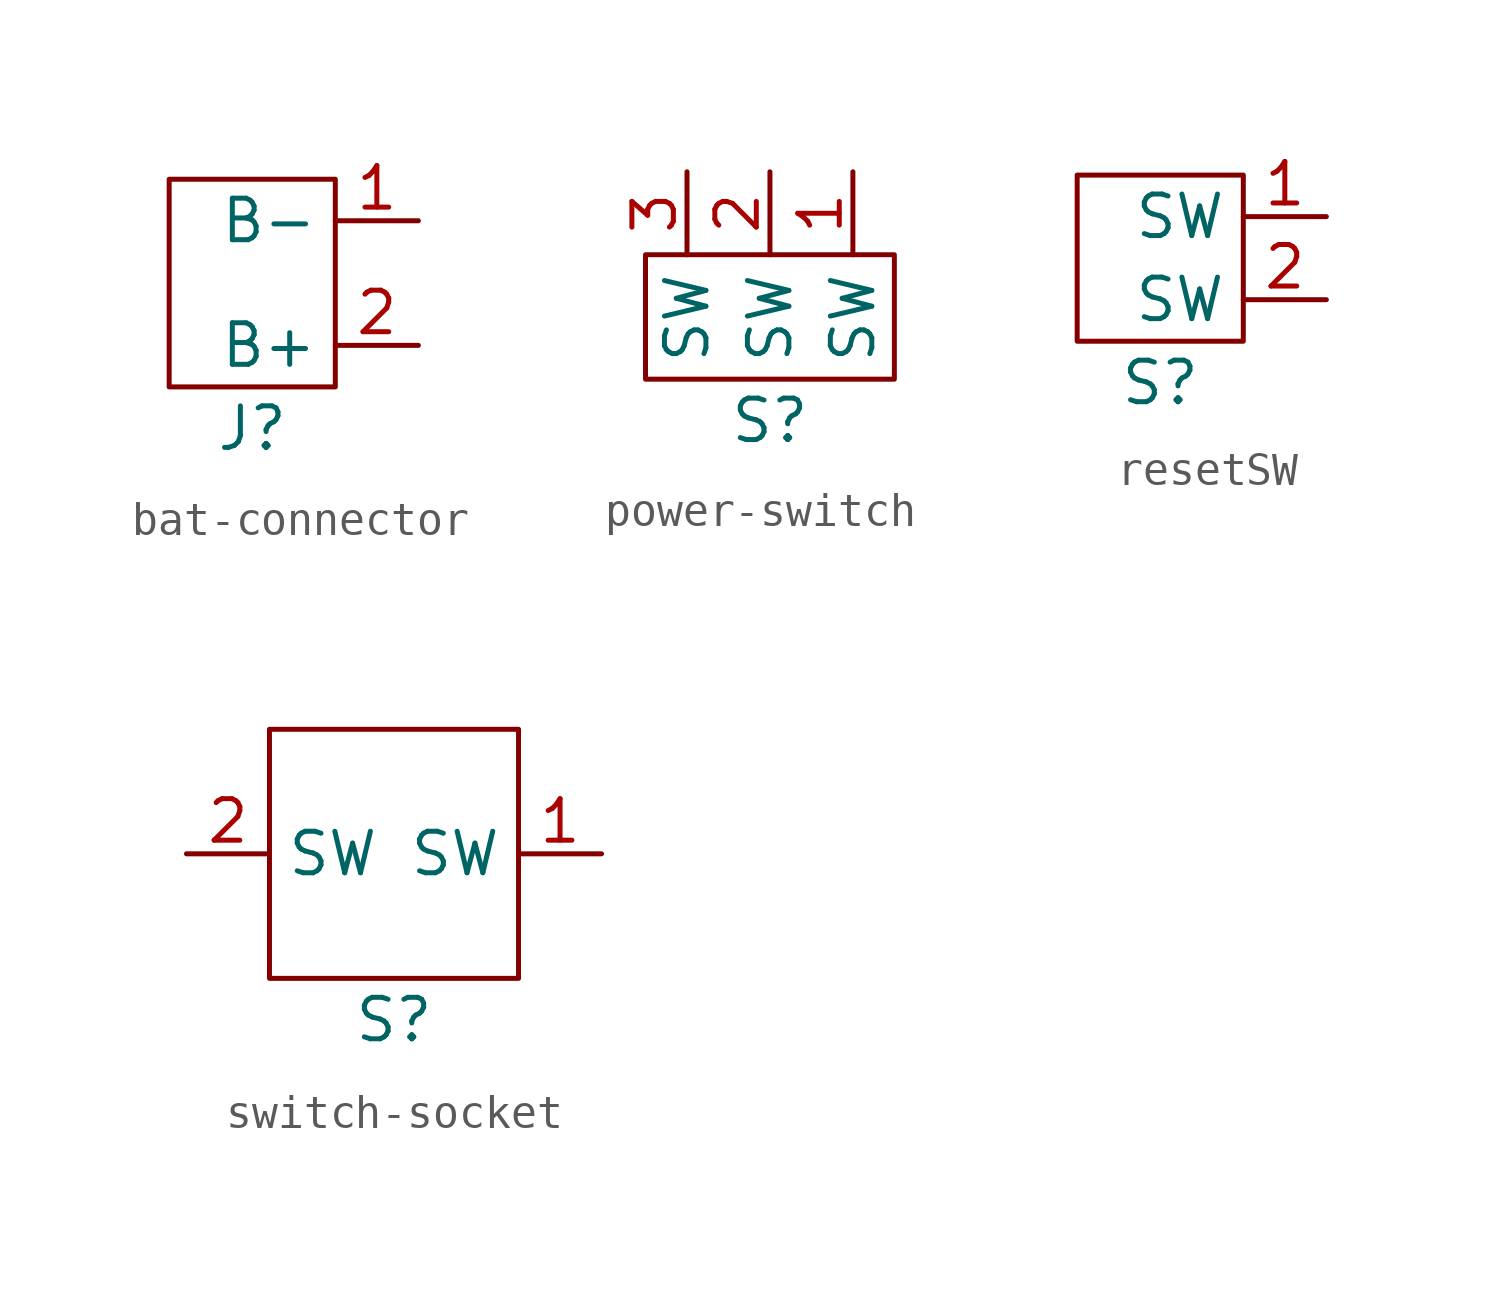
<source format=kicad_sym>
(kicad_symbol_lib
  (version 20231120)
  (generator "kicad_symbol_editor")
  (generator_version "8.0")
  (symbol "bat-connector"
    (property "Reference" "J"
      (at 0 0 0)
      (effects (font (size 1.27 1.27))))
    (property "Value" ""
      (at 0 0 0)
      (effects (font (size 1.27 1.27))))
    (symbol "bat-connector_0_1"
      (rectangle (start -2.54 7.62) (end 2.54 1.27) (stroke (width 0) (type default)) (fill (type none))))
    (symbol "bat-connector_1_1"
      (pin bidirectional line (at 5.08 6.35 180) (length 2.54) (name "B-" (effects (font (size 1.27 1.27)))) (number "1" (effects (font (size 1.27 1.27)))))
      (pin bidirectional line (at 5.08 2.54 180) (length 2.54) (name "B+" (effects (font (size 1.27 1.27)))) (number "2" (effects (font (size 1.27 1.27)))))))
  (symbol "power-switch"
    (property "Reference" "S"
      (at 0 0 0)
      (effects (font (size 1.27 1.27))))
    (property "Value" ""
      (at 0 0 0)
      (effects (font (size 1.27 1.27))))
    (symbol "power-switch_0_1"
      (rectangle (start -3.81 5.08) (end 3.81 1.27) (stroke (width 0) (type default)) (fill (type none))))
    (symbol "power-switch_1_1"
      (pin passive line (at 2.54 7.62 270) (length 2.54) (name "SW" (effects (font (size 1.27 1.27)))) (number "1" (effects (font (size 1.27 1.27)))))
      (pin passive line (at 0 7.62 270) (length 2.54) (name "SW" (effects (font (size 1.27 1.27)))) (number "2" (effects (font (size 1.27 1.27)))))
      (pin passive line (at -2.54 7.62 270) (length 2.54) (name "SW" (effects (font (size 1.27 1.27)))) (number "3" (effects (font (size 1.27 1.27)))))))
  (symbol "resetSW"
    (property "Reference" "S"
      (at 0 0 0)
      (effects (font (size 1.27 1.27))))
    (property "Value" ""
      (at 0 0 0)
      (effects (font (size 1.27 1.27))))
    (symbol "resetSW_0_1"
      (rectangle (start -2.54 6.35) (end 2.54 1.27) (stroke (width 0) (type default)) (fill (type none))))
    (symbol "resetSW_1_1"
      (pin passive line (at 5.08 5.08 180) (length 2.54) (name "SW" (effects (font (size 1.27 1.27)))) (number "1" (effects (font (size 1.27 1.27)))))
      (pin passive line (at 5.08 2.54 180) (length 2.54) (name "SW" (effects (font (size 1.27 1.27)))) (number "2" (effects (font (size 1.27 1.27)))))))
  (symbol "switch-socket"
    (property "Reference" "S"
      (at 0 0 0)
      (effects (font (size 1.27 1.27))))
    (property "Value" ""
      (at 0 0 0)
      (effects (font (size 1.27 1.27))))
    (symbol "switch-socket_0_1"
      (rectangle (start -3.81 8.89) (end 3.81 1.27) (stroke (width 0) (type default)) (fill (type none))))
    (symbol "switch-socket_1_1"
      (pin passive line (at 6.35 5.08 180) (length 2.54) (name "SW" (effects (font (size 1.27 1.27)))) (number "1" (effects (font (size 1.27 1.27)))))
      (pin passive line (at -6.35 5.08 0) (length 2.54) (name "SW" (effects (font (size 1.27 1.27)))) (number "2" (effects (font (size 1.27 1.27))))))))
</source>
